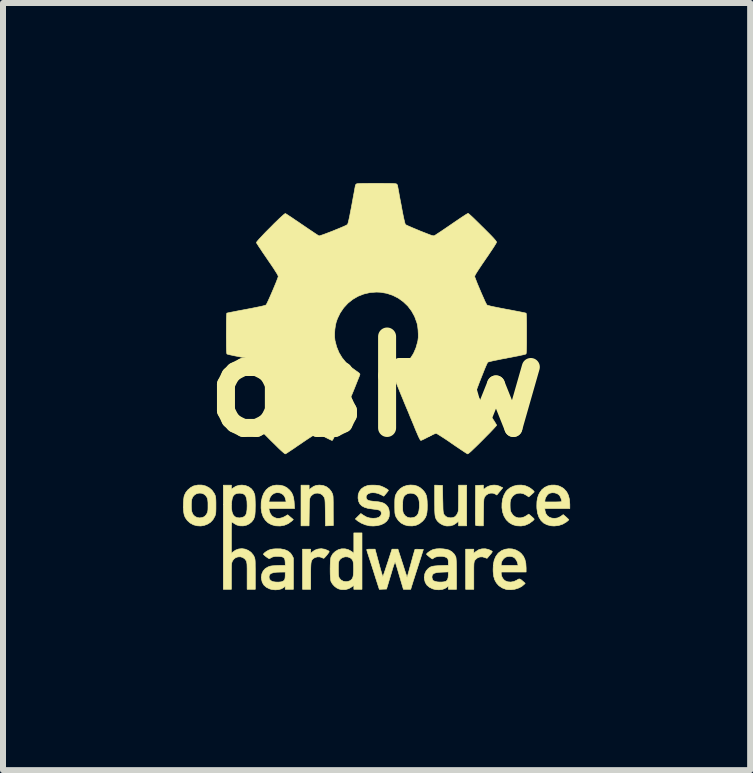
<source format=kicad_pcb>
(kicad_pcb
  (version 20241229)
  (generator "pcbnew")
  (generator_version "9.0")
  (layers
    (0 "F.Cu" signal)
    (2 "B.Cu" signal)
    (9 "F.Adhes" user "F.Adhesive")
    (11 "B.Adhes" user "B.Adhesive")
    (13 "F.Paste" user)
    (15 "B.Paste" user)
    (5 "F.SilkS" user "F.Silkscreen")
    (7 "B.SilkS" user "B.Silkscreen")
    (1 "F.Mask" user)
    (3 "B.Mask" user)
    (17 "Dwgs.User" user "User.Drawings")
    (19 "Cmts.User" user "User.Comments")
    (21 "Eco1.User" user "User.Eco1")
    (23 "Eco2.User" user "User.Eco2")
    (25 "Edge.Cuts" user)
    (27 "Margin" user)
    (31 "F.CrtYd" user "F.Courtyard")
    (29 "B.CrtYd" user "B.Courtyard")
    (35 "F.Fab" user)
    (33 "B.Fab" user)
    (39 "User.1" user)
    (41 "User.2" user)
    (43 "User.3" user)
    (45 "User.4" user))
  (footprint "oshw"
    (layer "F.Cu")
    (at 3.219 3.392)
    (property "Reference" "oshw" (at 0 0 0) (layer "F.SilkS") (effects (font (size 1.524 1.524) (thickness 0.3))))
    (attr through_hole)
    (fp_poly (pts (xy -0.858 2.71) (xy -0.804 2.732) (xy -0.788 2.742) (xy -0.784 2.748) (xy -0.787 2.76) (xy -0.8 2.778) (xy -0.821 2.806) (xy -0.843 2.831) (xy -0.861 2.851) (xy -0.873 2.861) (xy -0.876 2.861) (xy -0.889 2.857) (xy -0.906 2.849) (xy -0.939 2.838) (xy -0.979 2.837) (xy -1.016 2.847) (xy -1.034 2.856) (xy -1.05 2.867) (xy -1.063 2.879) (xy -1.073 2.894) (xy -1.081 2.913) (xy -1.086 2.939) (xy -1.089 2.973) (xy -1.091 3.018) (xy -1.092 3.076) (xy -1.092 3.148) (xy -1.092 3.156) (xy -1.092 3.378) (xy -1.228 3.378) (xy -1.228 2.709) (xy -1.092 2.709) (xy -1.092 2.78) (xy -1.069 2.758) (xy -1.024 2.726) (xy -0.971 2.707) (xy -0.915 2.701) (xy -0.858 2.71)) (stroke (width 0.01) (type solid)) (fill yes) (layer "F.SilkS"))
    (fp_poly (pts (xy 1.874 2.715) (xy 1.928 2.741) (xy 1.93 2.742) (xy 1.934 2.749) (xy 1.93 2.76) (xy 1.917 2.779) (xy 1.896 2.804) (xy 1.875 2.829) (xy 1.858 2.849) (xy 1.849 2.86) (xy 1.848 2.861) (xy 1.84 2.86) (xy 1.822 2.853) (xy 1.816 2.851) (xy 1.771 2.837) (xy 1.726 2.839) (xy 1.686 2.855) (xy 1.652 2.884) (xy 1.642 2.898) (xy 1.637 2.907) (xy 1.633 2.918) (xy 1.631 2.932) (xy 1.628 2.952) (xy 1.627 2.979) (xy 1.626 3.017) (xy 1.626 3.067) (xy 1.626 3.131) (xy 1.626 3.152) (xy 1.626 3.378) (xy 1.49 3.378) (xy 1.49 2.709) (xy 1.626 2.709) (xy 1.626 2.778) (xy 1.66 2.749) (xy 1.707 2.719) (xy 1.76 2.704) (xy 1.817 2.702) (xy 1.874 2.715)) (stroke (width 0.01) (type solid)) (fill yes) (layer "F.SilkS"))
    (fp_poly (pts (xy 2.01 1.645) (xy 2.051 1.658) (xy 2.062 1.664) (xy 2.109 1.686) (xy 2.084 1.717) (xy 2.062 1.744) (xy 2.038 1.772) (xy 2.034 1.778) (xy 2.009 1.807) (xy 1.985 1.791) (xy 1.948 1.776) (xy 1.907 1.775) (xy 1.867 1.786) (xy 1.832 1.809) (xy 1.808 1.838) (xy 1.803 1.847) (xy 1.799 1.859) (xy 1.795 1.874) (xy 1.793 1.894) (xy 1.791 1.923) (xy 1.79 1.961) (xy 1.789 2.012) (xy 1.788 2.077) (xy 1.788 2.093) (xy 1.785 2.32) (xy 1.722 2.32) (xy 1.684 2.318) (xy 1.661 2.314) (xy 1.655 2.309) (xy 1.654 2.299) (xy 1.653 2.273) (xy 1.653 2.234) (xy 1.653 2.184) (xy 1.652 2.125) (xy 1.653 2.059) (xy 1.653 1.986) (xy 1.653 1.973) (xy 1.655 1.647) (xy 1.786 1.642) (xy 1.786 1.676) (xy 1.788 1.701) (xy 1.795 1.709) (xy 1.807 1.702) (xy 1.815 1.694) (xy 1.842 1.674) (xy 1.879 1.657) (xy 1.922 1.645) (xy 1.965 1.641) (xy 1.966 1.641) (xy 2.01 1.645)) (stroke (width 0.01) (type solid)) (fill yes) (layer "F.SilkS"))
    (fp_poly (pts (xy 1.105 1.647) (xy 1.109 1.875) (xy 1.111 1.945) (xy 1.112 1.999) (xy 1.113 2.041) (xy 1.115 2.072) (xy 1.118 2.094) (xy 1.121 2.11) (xy 1.125 2.122) (xy 1.129 2.13) (xy 1.158 2.163) (xy 1.196 2.182) (xy 1.243 2.187) (xy 1.284 2.182) (xy 1.316 2.166) (xy 1.341 2.136) (xy 1.353 2.116) (xy 1.358 2.104) (xy 1.363 2.092) (xy 1.366 2.078) (xy 1.369 2.059) (xy 1.37 2.033) (xy 1.371 1.997) (xy 1.371 1.951) (xy 1.372 1.89) (xy 1.372 1.861) (xy 1.372 1.643) (xy 1.507 1.643) (xy 1.507 2.32) (xy 1.372 2.32) (xy 1.372 2.242) (xy 1.339 2.271) (xy 1.292 2.303) (xy 1.238 2.32) (xy 1.179 2.323) (xy 1.153 2.319) (xy 1.106 2.304) (xy 1.061 2.278) (xy 1.025 2.246) (xy 1.02 2.239) (xy 1.007 2.222) (xy 0.998 2.206) (xy 0.99 2.188) (xy 0.984 2.167) (xy 0.98 2.14) (xy 0.977 2.105) (xy 0.975 2.06) (xy 0.975 2.003) (xy 0.974 1.933) (xy 0.974 1.894) (xy 0.974 1.642) (xy 1.105 1.647)) (stroke (width 0.01) (type solid)) (fill yes) (layer "F.SilkS"))
    (fp_poly (pts (xy -0.883 1.648) (xy -0.828 1.67) (xy -0.781 1.706) (xy -0.745 1.753) (xy -0.736 1.772) (xy -0.73 1.785) (xy -0.725 1.798) (xy -0.722 1.812) (xy -0.719 1.83) (xy -0.718 1.854) (xy -0.717 1.886) (xy -0.716 1.929) (xy -0.716 1.983) (xy -0.716 2.052) (xy -0.716 2.066) (xy -0.715 2.316) (xy -0.78 2.318) (xy -0.845 2.321) (xy -0.848 2.098) (xy -0.849 2.03) (xy -0.85 1.977) (xy -0.851 1.936) (xy -0.853 1.906) (xy -0.855 1.884) (xy -0.858 1.868) (xy -0.862 1.855) (xy -0.868 1.843) (xy -0.869 1.841) (xy -0.895 1.807) (xy -0.93 1.785) (xy -0.97 1.775) (xy -1.011 1.777) (xy -1.049 1.792) (xy -1.082 1.818) (xy -1.096 1.838) (xy -1.101 1.847) (xy -1.105 1.859) (xy -1.109 1.874) (xy -1.111 1.894) (xy -1.113 1.923) (xy -1.114 1.961) (xy -1.115 2.011) (xy -1.116 2.076) (xy -1.116 2.093) (xy -1.119 2.32) (xy -1.253 2.32) (xy -1.253 1.643) (xy -1.118 1.643) (xy -1.118 1.72) (xy -1.086 1.693) (xy -1.045 1.664) (xy -1.001 1.647) (xy -0.949 1.641) (xy -0.944 1.641) (xy -0.883 1.648)) (stroke (width 0.01) (type solid)) (fill yes) (layer "F.SilkS"))
    (fp_poly (pts (xy -1.598 1.644) (xy -1.595 1.644) (xy -1.537 1.659) (xy -1.487 1.686) (xy -1.443 1.725) (xy -1.413 1.762) (xy -1.392 1.803) (xy -1.377 1.853) (xy -1.368 1.914) (xy -1.366 1.944) (xy -1.361 2.032) (xy -1.788 2.032) (xy -1.783 2.064) (xy -1.766 2.114) (xy -1.739 2.153) (xy -1.702 2.18) (xy -1.658 2.195) (xy -1.609 2.195) (xy -1.557 2.182) (xy -1.516 2.161) (xy -1.475 2.136) (xy -1.428 2.176) (xy -1.381 2.216) (xy -1.408 2.241) (xy -1.465 2.283) (xy -1.529 2.31) (xy -1.6 2.323) (xy -1.673 2.32) (xy -1.681 2.319) (xy -1.747 2.3) (xy -1.803 2.269) (xy -1.849 2.224) (xy -1.884 2.169) (xy -1.907 2.102) (xy -1.918 2.026) (xy -1.917 1.941) (xy -1.915 1.922) (xy -1.788 1.922) (xy -1.501 1.922) (xy -1.507 1.89) (xy -1.522 1.84) (xy -1.548 1.803) (xy -1.584 1.779) (xy -1.613 1.77) (xy -1.66 1.767) (xy -1.702 1.779) (xy -1.739 1.805) (xy -1.766 1.842) (xy -1.782 1.89) (xy -1.783 1.89) (xy -1.788 1.922) (xy -1.915 1.922) (xy -1.914 1.914) (xy -1.898 1.838) (xy -1.871 1.773) (xy -1.833 1.719) (xy -1.786 1.679) (xy -1.731 1.653) (xy -1.668 1.641) (xy -1.598 1.644)) (stroke (width 0.01) (type solid)) (fill yes) (layer "F.SilkS"))
    (fp_poly (pts (xy 2.484 1.652) (xy 2.543 1.677) (xy 2.561 1.688) (xy 2.585 1.705) (xy 2.608 1.724) (xy 2.625 1.741) (xy 2.633 1.753) (xy 2.633 1.754) (xy 2.627 1.762) (xy 2.611 1.777) (xy 2.589 1.797) (xy 2.587 1.799) (xy 2.542 1.838) (xy 2.504 1.812) (xy 2.456 1.786) (xy 2.406 1.775) (xy 2.358 1.778) (xy 2.314 1.794) (xy 2.277 1.824) (xy 2.253 1.858) (xy 2.242 1.881) (xy 2.236 1.903) (xy 2.232 1.929) (xy 2.231 1.965) (xy 2.231 1.981) (xy 2.232 2.022) (xy 2.234 2.051) (xy 2.239 2.074) (xy 2.248 2.095) (xy 2.253 2.104) (xy 2.282 2.145) (xy 2.321 2.173) (xy 2.365 2.187) (xy 2.414 2.187) (xy 2.464 2.173) (xy 2.5 2.153) (xy 2.542 2.125) (xy 2.588 2.164) (xy 2.61 2.184) (xy 2.626 2.2) (xy 2.633 2.209) (xy 2.633 2.209) (xy 2.627 2.218) (xy 2.613 2.233) (xy 2.61 2.236) (xy 2.55 2.281) (xy 2.484 2.31) (xy 2.414 2.323) (xy 2.341 2.319) (xy 2.339 2.319) (xy 2.273 2.3) (xy 2.215 2.266) (xy 2.167 2.219) (xy 2.131 2.16) (xy 2.129 2.157) (xy 2.106 2.09) (xy 2.095 2.019) (xy 2.096 1.946) (xy 2.106 1.876) (xy 2.128 1.81) (xy 2.159 1.753) (xy 2.183 1.724) (xy 2.232 1.685) (xy 2.29 1.658) (xy 2.354 1.643) (xy 2.419 1.641) (xy 2.484 1.652)) (stroke (width 0.01) (type solid)) (fill yes) (layer "F.SilkS"))
    (fp_poly (pts (xy 2.266 2.705) (xy 2.326 2.722) (xy 2.381 2.752) (xy 2.417 2.782) (xy 2.453 2.827) (xy 2.478 2.881) (xy 2.493 2.946) (xy 2.498 3.024) (xy 2.498 3.027) (xy 2.498 3.09) (xy 2.083 3.09) (xy 2.083 3.121) (xy 2.09 3.158) (xy 2.108 3.195) (xy 2.134 3.225) (xy 2.147 3.235) (xy 2.192 3.253) (xy 2.243 3.257) (xy 2.294 3.248) (xy 2.344 3.225) (xy 2.35 3.221) (xy 2.369 3.209) (xy 2.384 3.205) (xy 2.399 3.209) (xy 2.419 3.222) (xy 2.447 3.246) (xy 2.451 3.25) (xy 2.483 3.278) (xy 2.463 3.298) (xy 2.422 3.332) (xy 2.369 3.358) (xy 2.309 3.377) (xy 2.247 3.385) (xy 2.188 3.383) (xy 2.163 3.379) (xy 2.1 3.355) (xy 2.045 3.318) (xy 2.041 3.314) (xy 2.003 3.271) (xy 1.975 3.22) (xy 1.957 3.16) (xy 1.949 3.087) (xy 1.948 3.044) (xy 1.952 2.963) (xy 1.953 2.958) (xy 2.083 2.958) (xy 2.083 2.98) (xy 2.364 2.98) (xy 2.359 2.953) (xy 2.346 2.912) (xy 2.324 2.875) (xy 2.301 2.85) (xy 2.267 2.835) (xy 2.227 2.829) (xy 2.185 2.833) (xy 2.151 2.845) (xy 2.121 2.871) (xy 2.097 2.905) (xy 2.084 2.942) (xy 2.083 2.958) (xy 1.953 2.958) (xy 1.966 2.894) (xy 1.99 2.836) (xy 2.024 2.787) (xy 2.041 2.769) (xy 2.09 2.733) (xy 2.145 2.711) (xy 2.205 2.702) (xy 2.266 2.705)) (stroke (width 0.01) (type solid)) (fill yes) (layer "F.SilkS"))
    (fp_poly (pts (xy 3.039 1.654) (xy 3.097 1.681) (xy 3.132 1.707) (xy 3.173 1.753) (xy 3.202 1.81) (xy 3.22 1.88) (xy 3.226 1.962) (xy 3.226 2.032) (xy 2.809 2.032) (xy 2.813 2.071) (xy 2.826 2.115) (xy 2.85 2.151) (xy 2.885 2.177) (xy 2.927 2.192) (xy 2.973 2.196) (xy 3.021 2.189) (xy 3.067 2.168) (xy 3.082 2.158) (xy 3.116 2.133) (xy 3.163 2.173) (xy 3.185 2.193) (xy 3.202 2.21) (xy 3.209 2.218) (xy 3.209 2.219) (xy 3.203 2.227) (xy 3.187 2.241) (xy 3.17 2.255) (xy 3.108 2.292) (xy 3.039 2.315) (xy 2.965 2.323) (xy 2.911 2.319) (xy 2.845 2.302) (xy 2.789 2.273) (xy 2.745 2.23) (xy 2.711 2.175) (xy 2.688 2.107) (xy 2.677 2.028) (xy 2.676 1.985) (xy 2.678 1.918) (xy 2.681 1.898) (xy 2.811 1.898) (xy 2.811 1.922) (xy 2.951 1.922) (xy 3.002 1.922) (xy 3.039 1.921) (xy 3.064 1.92) (xy 3.079 1.918) (xy 3.087 1.915) (xy 3.09 1.91) (xy 3.09 1.905) (xy 3.086 1.881) (xy 3.074 1.851) (xy 3.06 1.822) (xy 3.05 1.809) (xy 3.018 1.785) (xy 2.977 1.771) (xy 2.933 1.768) (xy 2.891 1.777) (xy 2.876 1.784) (xy 2.853 1.805) (xy 2.832 1.835) (xy 2.816 1.869) (xy 2.811 1.898) (xy 2.681 1.898) (xy 2.687 1.861) (xy 2.703 1.81) (xy 2.723 1.77) (xy 2.759 1.719) (xy 2.805 1.681) (xy 2.859 1.655) (xy 2.917 1.642) (xy 2.978 1.641) (xy 3.039 1.654)) (stroke (width 0.01) (type solid)) (fill yes) (layer "F.SilkS"))
    (fp_poly (pts (xy -0.237 3.378) (xy -0.373 3.378) (xy -0.373 3.31) (xy -0.405 3.336) (xy -0.457 3.367) (xy -0.514 3.383) (xy -0.576 3.383) (xy -0.621 3.373) (xy -0.66 3.354) (xy -0.698 3.324) (xy -0.73 3.288) (xy -0.752 3.25) (xy -0.755 3.242) (xy -0.76 3.217) (xy -0.763 3.179) (xy -0.766 3.132) (xy -0.767 3.08) (xy -0.767 3.044) (xy -0.631 3.044) (xy -0.63 3.092) (xy -0.629 3.128) (xy -0.627 3.152) (xy -0.623 3.17) (xy -0.617 3.185) (xy -0.614 3.192) (xy -0.586 3.223) (xy -0.548 3.244) (xy -0.504 3.251) (xy -0.504 3.251) (xy -0.473 3.247) (xy -0.443 3.238) (xy -0.441 3.236) (xy -0.417 3.221) (xy -0.4 3.201) (xy -0.388 3.174) (xy -0.381 3.138) (xy -0.378 3.088) (xy -0.377 3.04) (xy -0.378 2.983) (xy -0.381 2.94) (xy -0.387 2.909) (xy -0.398 2.886) (xy -0.414 2.868) (xy -0.434 2.853) (xy -0.474 2.838) (xy -0.516 2.836) (xy -0.557 2.847) (xy -0.592 2.868) (xy -0.616 2.897) (xy -0.622 2.912) (xy -0.626 2.93) (xy -0.629 2.955) (xy -0.63 2.99) (xy -0.631 3.039) (xy -0.631 3.044) (xy -0.767 3.044) (xy -0.767 3.025) (xy -0.766 2.972) (xy -0.764 2.922) (xy -0.761 2.88) (xy -0.756 2.85) (xy -0.752 2.836) (xy -0.721 2.784) (xy -0.679 2.745) (xy -0.63 2.717) (xy -0.576 2.703) (xy -0.52 2.703) (xy -0.465 2.717) (xy -0.413 2.746) (xy -0.4 2.755) (xy -0.373 2.779) (xy -0.373 2.438) (xy -0.237 2.438) (xy -0.237 3.378)) (stroke (width 0.01) (type solid)) (fill yes) (layer "F.SilkS"))
    (fp_poly (pts (xy -2.904 1.641) (xy -2.842 1.656) (xy -2.785 1.685) (xy -2.737 1.726) (xy -2.699 1.78) (xy -2.688 1.803) (xy -2.681 1.82) (xy -2.677 1.838) (xy -2.674 1.862) (xy -2.672 1.894) (xy -2.671 1.937) (xy -2.671 1.981) (xy -2.671 2.036) (xy -2.672 2.076) (xy -2.674 2.106) (xy -2.678 2.128) (xy -2.683 2.146) (xy -2.688 2.159) (xy -2.721 2.218) (xy -2.764 2.263) (xy -2.813 2.293) (xy -2.869 2.314) (xy -2.924 2.323) (xy -2.986 2.319) (xy -3.046 2.303) (xy -3.101 2.273) (xy -3.147 2.232) (xy -3.182 2.182) (xy -3.198 2.143) (xy -3.206 2.105) (xy -3.212 2.054) (xy -3.214 1.998) (xy -3.213 1.958) (xy -3.081 1.958) (xy -3.081 2.008) (xy -3.078 2.054) (xy -3.072 2.088) (xy -3.054 2.13) (xy -3.024 2.161) (xy -2.986 2.181) (xy -2.943 2.188) (xy -2.898 2.182) (xy -2.866 2.168) (xy -2.847 2.152) (xy -2.828 2.128) (xy -2.822 2.117) (xy -2.813 2.098) (xy -2.807 2.078) (xy -2.804 2.054) (xy -2.803 2.021) (xy -2.803 1.982) (xy -2.803 1.934) (xy -2.806 1.9) (xy -2.81 1.874) (xy -2.817 1.853) (xy -2.819 1.849) (xy -2.843 1.813) (xy -2.876 1.789) (xy -2.914 1.776) (xy -2.954 1.775) (xy -2.994 1.785) (xy -3.028 1.806) (xy -3.056 1.837) (xy -3.073 1.876) (xy -3.078 1.912) (xy -3.081 1.958) (xy -3.213 1.958) (xy -3.213 1.939) (xy -3.209 1.884) (xy -3.203 1.838) (xy -3.198 1.817) (xy -3.175 1.768) (xy -3.14 1.723) (xy -3.096 1.685) (xy -3.048 1.658) (xy -3.04 1.655) (xy -2.971 1.64) (xy -2.904 1.641)) (stroke (width 0.01) (type solid)) (fill yes) (layer "F.SilkS"))
    (fp_poly (pts (xy 0.634 1.644) (xy 0.686 1.659) (xy 0.733 1.685) (xy 0.771 1.718) (xy 0.799 1.749) (xy 0.82 1.781) (xy 0.835 1.815) (xy 0.844 1.857) (xy 0.849 1.908) (xy 0.851 1.972) (xy 0.851 1.981) (xy 0.85 2.047) (xy 0.845 2.1) (xy 0.836 2.142) (xy 0.822 2.177) (xy 0.802 2.209) (xy 0.775 2.24) (xy 0.771 2.244) (xy 0.72 2.285) (xy 0.663 2.311) (xy 0.599 2.322) (xy 0.528 2.319) (xy 0.469 2.303) (xy 0.414 2.273) (xy 0.368 2.23) (xy 0.333 2.177) (xy 0.325 2.159) (xy 0.319 2.141) (xy 0.314 2.121) (xy 0.311 2.095) (xy 0.31 2.06) (xy 0.309 2.012) (xy 0.309 1.981) (xy 0.44 1.981) (xy 0.441 2.029) (xy 0.442 2.063) (xy 0.446 2.087) (xy 0.451 2.105) (xy 0.456 2.117) (xy 0.485 2.154) (xy 0.522 2.178) (xy 0.567 2.188) (xy 0.617 2.183) (xy 0.641 2.175) (xy 0.672 2.155) (xy 0.696 2.123) (xy 0.711 2.076) (xy 0.719 2.015) (xy 0.72 1.98) (xy 0.718 1.925) (xy 0.711 1.882) (xy 0.699 1.849) (xy 0.68 1.821) (xy 0.677 1.816) (xy 0.644 1.791) (xy 0.603 1.778) (xy 0.56 1.776) (xy 0.517 1.787) (xy 0.493 1.801) (xy 0.472 1.819) (xy 0.458 1.841) (xy 0.448 1.869) (xy 0.443 1.906) (xy 0.44 1.955) (xy 0.44 1.981) (xy 0.309 1.981) (xy 0.309 1.926) (xy 0.31 1.885) (xy 0.313 1.854) (xy 0.316 1.831) (xy 0.321 1.813) (xy 0.325 1.803) (xy 0.357 1.746) (xy 0.401 1.7) (xy 0.454 1.666) (xy 0.516 1.646) (xy 0.571 1.64) (xy 0.634 1.644)) (stroke (width 0.01) (type solid)) (fill yes) (layer "F.SilkS"))
    (fp_poly (pts (xy -1.592 2.704) (xy -1.525 2.717) (xy -1.47 2.741) (xy -1.427 2.776) (xy -1.401 2.815) (xy -1.38 2.857) (xy -1.38 3.378) (xy -1.516 3.378) (xy -1.516 3.326) (xy -1.541 3.347) (xy -1.579 3.37) (xy -1.627 3.383) (xy -1.682 3.387) (xy -1.738 3.381) (xy -1.776 3.371) (xy -1.83 3.344) (xy -1.871 3.308) (xy -1.899 3.261) (xy -1.912 3.205) (xy -1.913 3.179) (xy -1.913 3.175) (xy -1.786 3.175) (xy -1.779 3.208) (xy -1.757 3.233) (xy -1.723 3.25) (xy -1.717 3.251) (xy -1.675 3.257) (xy -1.629 3.258) (xy -1.587 3.254) (xy -1.573 3.251) (xy -1.546 3.239) (xy -1.528 3.221) (xy -1.519 3.193) (xy -1.516 3.152) (xy -1.516 3.148) (xy -1.516 3.09) (xy -1.594 3.091) (xy -1.659 3.093) (xy -1.71 3.1) (xy -1.747 3.111) (xy -1.771 3.128) (xy -1.783 3.151) (xy -1.786 3.175) (xy -1.913 3.175) (xy -1.906 3.122) (xy -1.884 3.073) (xy -1.849 3.033) (xy -1.802 3.005) (xy -1.764 2.992) (xy -1.735 2.987) (xy -1.695 2.984) (xy -1.649 2.981) (xy -1.615 2.98) (xy -1.515 2.98) (xy -1.517 2.924) (xy -1.521 2.887) (xy -1.531 2.861) (xy -1.55 2.844) (xy -1.58 2.834) (xy -1.623 2.83) (xy -1.633 2.829) (xy -1.684 2.83) (xy -1.724 2.838) (xy -1.759 2.855) (xy -1.77 2.863) (xy -1.78 2.866) (xy -1.793 2.863) (xy -1.813 2.85) (xy -1.832 2.837) (xy -1.855 2.818) (xy -1.872 2.803) (xy -1.88 2.795) (xy -1.88 2.795) (xy -1.873 2.782) (xy -1.855 2.765) (xy -1.83 2.747) (xy -1.802 2.731) (xy -1.791 2.725) (xy -1.756 2.713) (xy -1.714 2.706) (xy -1.672 2.703) (xy -1.592 2.704)) (stroke (width 0.01) (type solid)) (fill yes) (layer "F.SilkS"))
    (fp_poly (pts (xy -0.017 1.643) (xy 0.03 1.647) (xy 0.066 1.654) (xy 0.093 1.664) (xy 0.124 1.677) (xy 0.154 1.693) (xy 0.18 1.708) (xy 0.198 1.722) (xy 0.203 1.73) (xy 0.198 1.739) (xy 0.184 1.757) (xy 0.165 1.781) (xy 0.164 1.782) (xy 0.126 1.826) (xy 0.082 1.803) (xy 0.035 1.782) (xy -0.012 1.771) (xy -0.058 1.767) (xy -0.098 1.772) (xy -0.132 1.784) (xy -0.155 1.803) (xy -0.167 1.829) (xy -0.168 1.845) (xy -0.163 1.867) (xy -0.152 1.883) (xy -0.133 1.895) (xy -0.103 1.904) (xy -0.059 1.91) (xy -0.022 1.914) (xy 0.039 1.92) (xy 0.086 1.929) (xy 0.122 1.942) (xy 0.152 1.96) (xy 0.174 1.98) (xy 0.198 2.012) (xy 0.212 2.049) (xy 0.219 2.095) (xy 0.219 2.115) (xy 0.216 2.164) (xy 0.202 2.204) (xy 0.175 2.242) (xy 0.17 2.247) (xy 0.131 2.278) (xy 0.079 2.302) (xy 0.019 2.317) (xy -0.046 2.323) (xy -0.11 2.32) (xy -0.182 2.303) (xy -0.251 2.274) (xy -0.311 2.237) (xy -0.32 2.229) (xy -0.348 2.206) (xy -0.302 2.16) (xy -0.256 2.115) (xy -0.212 2.145) (xy -0.161 2.174) (xy -0.107 2.19) (xy -0.051 2.195) (xy 0.003 2.191) (xy 0.044 2.178) (xy 0.071 2.156) (xy 0.084 2.126) (xy 0.085 2.113) (xy 0.082 2.091) (xy 0.075 2.075) (xy 0.06 2.063) (xy 0.035 2.054) (xy -0.002 2.047) (xy -0.054 2.041) (xy -0.06 2.04) (xy -0.134 2.03) (xy -0.194 2.012) (xy -0.239 1.988) (xy -0.272 1.955) (xy -0.292 1.914) (xy -0.302 1.863) (xy -0.303 1.86) (xy -0.3 1.802) (xy -0.282 1.75) (xy -0.25 1.706) (xy -0.205 1.673) (xy -0.148 1.65) (xy -0.113 1.644) (xy -0.067 1.642) (xy -0.017 1.643)) (stroke (width 0.01) (type solid)) (fill yes) (layer "F.SilkS"))
    (fp_poly (pts (xy 0.043 2.938) (xy 0.059 2.997) (xy 0.074 3.051) (xy 0.087 3.096) (xy 0.098 3.132) (xy 0.105 3.156) (xy 0.109 3.166) (xy 0.11 3.167) (xy 0.113 3.159) (xy 0.122 3.137) (xy 0.134 3.103) (xy 0.149 3.059) (xy 0.166 3.007) (xy 0.185 2.949) (xy 0.189 2.938) (xy 0.263 2.709) (xy 0.362 2.709) (xy 0.427 2.91) (xy 0.446 2.968) (xy 0.463 3.022) (xy 0.478 3.069) (xy 0.491 3.108) (xy 0.5 3.135) (xy 0.503 3.145) (xy 0.514 3.179) (xy 0.528 3.133) (xy 0.534 3.111) (xy 0.544 3.076) (xy 0.556 3.03) (xy 0.571 2.978) (xy 0.586 2.922) (xy 0.592 2.901) (xy 0.606 2.848) (xy 0.62 2.8) (xy 0.631 2.761) (xy 0.64 2.731) (xy 0.645 2.715) (xy 0.646 2.712) (xy 0.656 2.711) (xy 0.678 2.71) (xy 0.709 2.711) (xy 0.718 2.711) (xy 0.786 2.714) (xy 0.694 3.001) (xy 0.672 3.07) (xy 0.651 3.135) (xy 0.632 3.195) (xy 0.615 3.247) (xy 0.602 3.29) (xy 0.592 3.32) (xy 0.588 3.334) (xy 0.575 3.378) (xy 0.453 3.378) (xy 0.39 3.164) (xy 0.373 3.106) (xy 0.357 3.052) (xy 0.343 3.005) (xy 0.331 2.967) (xy 0.323 2.941) (xy 0.319 2.929) (xy 0.316 2.925) (xy 0.312 2.928) (xy 0.307 2.939) (xy 0.299 2.959) (xy 0.288 2.99) (xy 0.274 3.033) (xy 0.257 3.091) (xy 0.242 3.141) (xy 0.172 3.374) (xy 0.112 3.376) (xy 0.052 3.379) (xy -0.009 3.19) (xy -0.044 3.079) (xy -0.075 2.982) (xy -0.101 2.9) (xy -0.123 2.834) (xy -0.139 2.784) (xy -0.15 2.749) (xy -0.156 2.73) (xy -0.156 2.728) (xy -0.158 2.719) (xy -0.156 2.713) (xy -0.145 2.711) (xy -0.124 2.709) (xy -0.091 2.709) (xy -0.019 2.709) (xy 0.043 2.938)) (stroke (width 0.01) (type solid)) (fill yes) (layer "F.SilkS"))
    (fp_poly (pts (xy 1.115 2.704) (xy 1.169 2.712) (xy 1.213 2.724) (xy 1.217 2.726) (xy 1.262 2.753) (xy 1.299 2.79) (xy 1.324 2.832) (xy 1.328 2.844) (xy 1.331 2.865) (xy 1.334 2.903) (xy 1.336 2.957) (xy 1.337 3.027) (xy 1.338 3.114) (xy 1.338 3.127) (xy 1.338 3.378) (xy 1.202 3.378) (xy 1.202 3.321) (xy 1.177 3.344) (xy 1.142 3.366) (xy 1.097 3.381) (xy 1.045 3.386) (xy 0.99 3.383) (xy 0.943 3.371) (xy 0.887 3.344) (xy 0.845 3.308) (xy 0.817 3.263) (xy 0.803 3.208) (xy 0.801 3.18) (xy 0.802 3.175) (xy 0.928 3.175) (xy 0.934 3.201) (xy 0.935 3.205) (xy 0.944 3.224) (xy 0.949 3.234) (xy 0.95 3.234) (xy 0.959 3.237) (xy 0.978 3.244) (xy 0.986 3.247) (xy 1.015 3.254) (xy 1.052 3.257) (xy 1.092 3.257) (xy 1.129 3.253) (xy 1.157 3.246) (xy 1.166 3.242) (xy 1.186 3.221) (xy 1.198 3.185) (xy 1.202 3.136) (xy 1.202 3.134) (xy 1.202 3.088) (xy 1.099 3.092) (xy 1.042 3.095) (xy 1 3.101) (xy 0.97 3.11) (xy 0.95 3.122) (xy 0.937 3.139) (xy 0.932 3.15) (xy 0.928 3.175) (xy 0.802 3.175) (xy 0.809 3.122) (xy 0.832 3.072) (xy 0.861 3.038) (xy 0.883 3.019) (xy 0.907 3.005) (xy 0.936 2.995) (xy 0.973 2.989) (xy 1.021 2.985) (xy 1.077 2.982) (xy 1.202 2.978) (xy 1.202 2.932) (xy 1.201 2.903) (xy 1.196 2.878) (xy 1.193 2.869) (xy 1.174 2.85) (xy 1.143 2.837) (xy 1.105 2.829) (xy 1.063 2.828) (xy 1.021 2.832) (xy 0.985 2.842) (xy 0.956 2.857) (xy 0.949 2.865) (xy 0.942 2.871) (xy 0.933 2.87) (xy 0.919 2.862) (xy 0.896 2.845) (xy 0.888 2.839) (xy 0.864 2.819) (xy 0.846 2.803) (xy 0.838 2.794) (xy 0.838 2.793) (xy 0.845 2.781) (xy 0.864 2.764) (xy 0.889 2.746) (xy 0.918 2.729) (xy 0.946 2.716) (xy 0.956 2.713) (xy 1.002 2.704) (xy 1.057 2.701) (xy 1.115 2.704)) (stroke (width 0.01) (type solid)) (fill yes) (layer "F.SilkS"))
    (fp_poly (pts (xy -2.178 1.649) (xy -2.125 1.67) (xy -2.08 1.703) (xy -2.046 1.747) (xy -2.026 1.798) (xy -2.024 1.803) (xy -2.02 1.832) (xy -2.018 1.873) (xy -2.016 1.922) (xy -2.015 1.976) (xy -2.016 2.031) (xy -2.017 2.082) (xy -2.02 2.124) (xy -2.024 2.155) (xy -2.024 2.159) (xy -2.043 2.211) (xy -2.075 2.254) (xy -2.116 2.287) (xy -2.164 2.31) (xy -2.217 2.321) (xy -2.271 2.32) (xy -2.324 2.306) (xy -2.366 2.282) (xy -2.386 2.268) (xy -2.401 2.258) (xy -2.402 2.257) (xy -2.405 2.259) (xy -2.408 2.268) (xy -2.41 2.287) (xy -2.411 2.316) (xy -2.412 2.357) (xy -2.413 2.412) (xy -2.413 2.482) (xy -2.413 2.516) (xy -2.413 2.78) (xy -2.39 2.758) (xy -2.344 2.725) (xy -2.292 2.706) (xy -2.238 2.7) (xy -2.184 2.708) (xy -2.133 2.729) (xy -2.087 2.761) (xy -2.05 2.805) (xy -2.035 2.832) (xy -2.03 2.845) (xy -2.025 2.857) (xy -2.022 2.871) (xy -2.019 2.888) (xy -2.017 2.912) (xy -2.016 2.943) (xy -2.016 2.985) (xy -2.015 3.038) (xy -2.015 3.106) (xy -2.015 3.126) (xy -2.015 3.378) (xy -2.151 3.378) (xy -2.151 3.156) (xy -2.151 3.087) (xy -2.151 3.033) (xy -2.152 2.992) (xy -2.153 2.962) (xy -2.156 2.939) (xy -2.159 2.923) (xy -2.162 2.911) (xy -2.165 2.904) (xy -2.191 2.87) (xy -2.225 2.847) (xy -2.264 2.836) (xy -2.305 2.838) (xy -2.343 2.851) (xy -2.375 2.877) (xy -2.394 2.904) (xy -2.4 2.916) (xy -2.404 2.928) (xy -2.408 2.943) (xy -2.41 2.962) (xy -2.412 2.988) (xy -2.412 3.024) (xy -2.413 3.07) (xy -2.413 3.131) (xy -2.413 3.16) (xy -2.413 3.378) (xy -2.548 3.378) (xy -2.548 1.961) (xy -2.412 1.961) (xy -2.411 2.033) (xy -2.402 2.091) (xy -2.385 2.134) (xy -2.359 2.165) (xy -2.325 2.183) (xy -2.318 2.184) (xy -2.274 2.188) (xy -2.228 2.179) (xy -2.207 2.17) (xy -2.186 2.154) (xy -2.17 2.131) (xy -2.159 2.098) (xy -2.153 2.052) (xy -2.151 1.992) (xy -2.151 1.981) (xy -2.153 1.915) (xy -2.16 1.864) (xy -2.174 1.826) (xy -2.194 1.8) (xy -2.222 1.784) (xy -2.26 1.777) (xy -2.285 1.776) (xy -2.326 1.781) (xy -2.359 1.797) (xy -2.383 1.824) (xy -2.399 1.863) (xy -2.408 1.917) (xy -2.412 1.961) (xy -2.548 1.961) (xy -2.548 1.643) (xy -2.413 1.643) (xy -2.413 1.711) (xy -2.385 1.69) (xy -2.337 1.66) (xy -2.284 1.645) (xy -2.237 1.641) (xy -2.178 1.649)) (stroke (width 0.01) (type solid)) (fill yes) (layer "F.SilkS"))
    (fp_poly (pts (xy 0.088 -3.387) (xy 0.157 -3.386) (xy 0.211 -3.386) (xy 0.254 -3.385) (xy 0.286 -3.384) (xy 0.309 -3.382) (xy 0.325 -3.38) (xy 0.335 -3.378) (xy 0.341 -3.374) (xy 0.342 -3.373) (xy 0.353 -3.36) (xy 0.356 -3.354) (xy 0.357 -3.344) (xy 0.361 -3.32) (xy 0.368 -3.283) (xy 0.377 -3.235) (xy 0.387 -3.177) (xy 0.399 -3.113) (xy 0.413 -3.042) (xy 0.415 -3.031) (xy 0.431 -2.944) (xy 0.445 -2.872) (xy 0.457 -2.814) (xy 0.467 -2.77) (xy 0.475 -2.737) (xy 0.481 -2.715) (xy 0.487 -2.703) (xy 0.489 -2.7) (xy 0.5 -2.693) (xy 0.525 -2.681) (xy 0.562 -2.665) (xy 0.608 -2.645) (xy 0.661 -2.623) (xy 0.718 -2.599) (xy 0.725 -2.596) (xy 0.793 -2.569) (xy 0.847 -2.548) (xy 0.888 -2.532) (xy 0.919 -2.521) (xy 0.941 -2.515) (xy 0.956 -2.513) (xy 0.965 -2.513) (xy 0.967 -2.514) (xy 0.978 -2.52) (xy 1.001 -2.535) (xy 1.036 -2.558) (xy 1.079 -2.586) (xy 1.129 -2.62) (xy 1.185 -2.658) (xy 1.245 -2.699) (xy 1.252 -2.704) (xy 1.312 -2.745) (xy 1.368 -2.783) (xy 1.418 -2.817) (xy 1.461 -2.845) (xy 1.495 -2.867) (xy 1.519 -2.881) (xy 1.531 -2.887) (xy 1.531 -2.887) (xy 1.54 -2.881) (xy 1.559 -2.865) (xy 1.588 -2.839) (xy 1.624 -2.805) (xy 1.666 -2.764) (xy 1.714 -2.717) (xy 1.765 -2.666) (xy 1.777 -2.655) (xy 1.837 -2.595) (xy 1.886 -2.546) (xy 1.925 -2.506) (xy 1.955 -2.474) (xy 1.976 -2.45) (xy 1.991 -2.432) (xy 2 -2.419) (xy 2.005 -2.409) (xy 2.005 -2.403) (xy 1.999 -2.392) (xy 1.985 -2.368) (xy 1.964 -2.334) (xy 1.936 -2.291) (xy 1.902 -2.241) (xy 1.865 -2.185) (xy 1.824 -2.126) (xy 1.821 -2.121) (xy 1.766 -2.041) (xy 1.722 -1.975) (xy 1.687 -1.922) (xy 1.662 -1.882) (xy 1.647 -1.854) (xy 1.641 -1.839) (xy 1.641 -1.837) (xy 1.644 -1.823) (xy 1.654 -1.797) (xy 1.668 -1.76) (xy 1.686 -1.714) (xy 1.707 -1.664) (xy 1.73 -1.61) (xy 1.753 -1.556) (xy 1.776 -1.504) (xy 1.797 -1.457) (xy 1.815 -1.416) (xy 1.831 -1.385) (xy 1.841 -1.366) (xy 1.844 -1.361) (xy 1.854 -1.356) (xy 1.875 -1.35) (xy 1.908 -1.341) (xy 1.954 -1.331) (xy 2.014 -1.319) (xy 2.089 -1.304) (xy 2.173 -1.288) (xy 2.244 -1.275) (xy 2.31 -1.262) (xy 2.369 -1.251) (xy 2.419 -1.241) (xy 2.458 -1.233) (xy 2.485 -1.227) (xy 2.497 -1.224) (xy 2.497 -1.224) (xy 2.5 -1.214) (xy 2.502 -1.189) (xy 2.504 -1.149) (xy 2.505 -1.092) (xy 2.506 -1.019) (xy 2.506 -0.93) (xy 2.506 -0.885) (xy 2.506 -0.799) (xy 2.506 -0.728) (xy 2.505 -0.672) (xy 2.504 -0.627) (xy 2.503 -0.594) (xy 2.501 -0.571) (xy 2.499 -0.555) (xy 2.497 -0.546) (xy 2.494 -0.543) (xy 2.483 -0.539) (xy 2.458 -0.532) (xy 2.42 -0.524) (xy 2.37 -0.513) (xy 2.312 -0.502) (xy 2.247 -0.489) (xy 2.177 -0.476) (xy 2.177 -0.475) (xy 2.093 -0.46) (xy 2.021 -0.445) (xy 1.96 -0.433) (xy 1.913 -0.422) (xy 1.88 -0.413) (xy 1.862 -0.408) (xy 1.859 -0.406) (xy 1.852 -0.394) (xy 1.84 -0.369) (xy 1.824 -0.333) (xy 1.805 -0.288) (xy 1.785 -0.237) (xy 1.763 -0.182) (xy 1.741 -0.126) (xy 1.719 -0.071) (xy 1.7 -0.02) (xy 1.683 0.025) (xy 1.67 0.062) (xy 1.662 0.088) (xy 1.659 0.1) (xy 1.663 0.112) (xy 1.674 0.134) (xy 1.693 0.166) (xy 1.721 0.209) (xy 1.757 0.264) (xy 1.802 0.331) (xy 1.833 0.376) (xy 1.873 0.435) (xy 1.91 0.489) (xy 1.942 0.538) (xy 1.969 0.579) (xy 1.989 0.612) (xy 2.002 0.634) (xy 2.007 0.643) (xy 2.001 0.652) (xy 1.984 0.671) (xy 1.958 0.7) (xy 1.924 0.736) (xy 1.883 0.779) (xy 1.836 0.826) (xy 1.785 0.878) (xy 1.771 0.892) (xy 1.71 0.953) (xy 1.659 1.003) (xy 1.618 1.042) (xy 1.586 1.073) (xy 1.561 1.095) (xy 1.543 1.11) (xy 1.53 1.118) (xy 1.522 1.121) (xy 1.519 1.121) (xy 1.509 1.114) (xy 1.486 1.1) (xy 1.453 1.078) (xy 1.411 1.05) (xy 1.362 1.017) (xy 1.307 0.98) (xy 1.259 0.947) (xy 1.202 0.907) (xy 1.148 0.871) (xy 1.1 0.84) (xy 1.059 0.814) (xy 1.027 0.794) (xy 1.006 0.782) (xy 0.998 0.779) (xy 0.984 0.783) (xy 0.959 0.793) (xy 0.925 0.809) (xy 0.886 0.829) (xy 0.868 0.838) (xy 0.828 0.859) (xy 0.792 0.877) (xy 0.764 0.89) (xy 0.746 0.897) (xy 0.743 0.897) (xy 0.735 0.89) (xy 0.722 0.867) (xy 0.703 0.829) (xy 0.68 0.775) (xy 0.664 0.739) (xy 0.647 0.698) (xy 0.625 0.643) (xy 0.598 0.578) (xy 0.567 0.505) (xy 0.535 0.425) (xy 0.5 0.343) (xy 0.465 0.259) (xy 0.439 0.195) (xy 0.407 0.118) (xy 0.378 0.046) (xy 0.351 -0.02) (xy 0.328 -0.078) (xy 0.308 -0.127) (xy 0.293 -0.166) (xy 0.283 -0.192) (xy 0.279 -0.205) (xy 0.279 -0.205) (xy 0.286 -0.218) (xy 0.303 -0.234) (xy 0.315 -0.242) (xy 0.414 -0.312) (xy 0.498 -0.386) (xy 0.566 -0.465) (xy 0.621 -0.551) (xy 0.662 -0.645) (xy 0.691 -0.748) (xy 0.695 -0.769) (xy 0.701 -0.818) (xy 0.701 -0.878) (xy 0.698 -0.941) (xy 0.691 -1.003) (xy 0.68 -1.058) (xy 0.677 -1.066) (xy 0.64 -1.168) (xy 0.589 -1.26) (xy 0.526 -1.343) (xy 0.451 -1.414) (xy 0.368 -1.474) (xy 0.275 -1.521) (xy 0.176 -1.554) (xy 0.072 -1.572) (xy 0.004 -1.575) (xy -0.103 -1.567) (xy -0.206 -1.543) (xy -0.303 -1.505) (xy -0.392 -1.453) (xy -0.472 -1.389) (xy -0.542 -1.313) (xy -0.601 -1.226) (xy -0.647 -1.131) (xy -0.669 -1.066) (xy -0.68 -1.014) (xy -0.689 -0.953) (xy -0.693 -0.889) (xy -0.693 -0.828) (xy -0.688 -0.777) (xy -0.687 -0.769) (xy -0.66 -0.664) (xy -0.621 -0.568) (xy -0.569 -0.481) (xy -0.503 -0.4) (xy -0.423 -0.326) (xy -0.326 -0.255) (xy -0.306 -0.242) (xy -0.286 -0.226) (xy -0.273 -0.211) (xy -0.271 -0.205) (xy -0.274 -0.195) (xy -0.283 -0.17) (xy -0.298 -0.133) (xy -0.317 -0.085) (xy -0.34 -0.027) (xy -0.366 0.038) (xy -0.395 0.109) (xy -0.427 0.185) (xy -0.431 0.195) (xy -0.465 0.278) (xy -0.5 0.362) (xy -0.534 0.444) (xy -0.566 0.522) (xy -0.596 0.594) (xy -0.622 0.657) (xy -0.643 0.708) (xy -0.656 0.739) (xy -0.682 0.801) (xy -0.704 0.848) (xy -0.72 0.879) (xy -0.73 0.895) (xy -0.734 0.897) (xy -0.746 0.894) (xy -0.77 0.883) (xy -0.802 0.867) (xy -0.841 0.848) (xy -0.859 0.838) (xy -0.9 0.817) (xy -0.937 0.8) (xy -0.966 0.787) (xy -0.985 0.78) (xy -0.989 0.779) (xy -1 0.784) (xy -1.023 0.797) (xy -1.057 0.818) (xy -1.099 0.845) (xy -1.148 0.877) (xy -1.203 0.914) (xy -1.251 0.947) (xy -1.309 0.986) (xy -1.362 1.023) (xy -1.41 1.055) (xy -1.451 1.082) (xy -1.482 1.103) (xy -1.503 1.116) (xy -1.511 1.121) (xy -1.517 1.12) (xy -1.527 1.115) (xy -1.542 1.103) (xy -1.563 1.085) (xy -1.592 1.059) (xy -1.628 1.025) (xy -1.673 0.98) (xy -1.729 0.925) (xy -1.763 0.892) (xy -1.815 0.839) (xy -1.863 0.791) (xy -1.905 0.746) (xy -1.941 0.708) (xy -1.97 0.678) (xy -1.989 0.656) (xy -1.998 0.644) (xy -1.998 0.643) (xy -1.993 0.633) (xy -1.98 0.611) (xy -1.96 0.578) (xy -1.932 0.536) (xy -1.9 0.487) (xy -1.863 0.433) (xy -1.825 0.376) (xy -1.773 0.301) (xy -1.732 0.239) (xy -1.699 0.189) (xy -1.676 0.151) (xy -1.66 0.123) (xy -1.652 0.106) (xy -1.651 0.1) (xy -1.654 0.086) (xy -1.663 0.059) (xy -1.676 0.022) (xy -1.693 -0.024) (xy -1.713 -0.075) (xy -1.734 -0.13) (xy -1.756 -0.186) (xy -1.778 -0.241) (xy -1.799 -0.292) (xy -1.817 -0.336) (xy -1.833 -0.371) (xy -1.844 -0.396) (xy -1.85 -0.406) (xy -1.862 -0.411) (xy -1.889 -0.418) (xy -1.931 -0.428) (xy -1.987 -0.44) (xy -2.054 -0.454) (xy -2.134 -0.469) (xy -2.168 -0.475) (xy -2.238 -0.489) (xy -2.303 -0.502) (xy -2.361 -0.513) (xy -2.411 -0.524) (xy -2.449 -0.532) (xy -2.475 -0.539) (xy -2.486 -0.543) (xy -2.486 -0.543) (xy -2.489 -0.548) (xy -2.491 -0.558) (xy -2.493 -0.576) (xy -2.495 -0.601) (xy -2.496 -0.637) (xy -2.497 -0.684) (xy -2.497 -0.744) (xy -2.498 -0.819) (xy -2.498 -0.885) (xy -2.497 -0.982) (xy -2.497 -1.062) (xy -2.496 -1.126) (xy -2.494 -1.174) (xy -2.492 -1.205) (xy -2.49 -1.222) (xy -2.489 -1.224) (xy -2.479 -1.227) (xy -2.454 -1.232) (xy -2.416 -1.24) (xy -2.367 -1.249) (xy -2.309 -1.261) (xy -2.244 -1.273) (xy -2.174 -1.286) (xy -2.165 -1.288) (xy -2.075 -1.305) (xy -2.001 -1.32) (xy -1.942 -1.332) (xy -1.897 -1.342) (xy -1.865 -1.35) (xy -1.844 -1.357) (xy -1.836 -1.361) (xy -1.828 -1.373) (xy -1.815 -1.399) (xy -1.798 -1.435) (xy -1.778 -1.479) (xy -1.756 -1.529) (xy -1.733 -1.582) (xy -1.71 -1.636) (xy -1.688 -1.689) (xy -1.668 -1.737) (xy -1.652 -1.779) (xy -1.64 -1.811) (xy -1.633 -1.832) (xy -1.632 -1.837) (xy -1.637 -1.85) (xy -1.65 -1.876) (xy -1.674 -1.914) (xy -1.706 -1.965) (xy -1.749 -2.029) (xy -1.802 -2.106) (xy -1.812 -2.121) (xy -1.853 -2.181) (xy -1.891 -2.236) (xy -1.924 -2.287) (xy -1.953 -2.329) (xy -1.975 -2.364) (xy -1.99 -2.387) (xy -1.996 -2.399) (xy -1.996 -2.399) (xy -1.992 -2.409) (xy -1.976 -2.429) (xy -1.952 -2.457) (xy -1.919 -2.492) (xy -1.881 -2.533) (xy -1.839 -2.577) (xy -1.793 -2.623) (xy -1.746 -2.67) (xy -1.7 -2.717) (xy -1.655 -2.76) (xy -1.614 -2.8) (xy -1.578 -2.833) (xy -1.548 -2.86) (xy -1.527 -2.877) (xy -1.515 -2.884) (xy -1.514 -2.884) (xy -1.504 -2.879) (xy -1.482 -2.865) (xy -1.449 -2.843) (xy -1.407 -2.816) (xy -1.358 -2.782) (xy -1.302 -2.745) (xy -1.243 -2.704) (xy -1.235 -2.699) (xy -1.175 -2.658) (xy -1.119 -2.62) (xy -1.068 -2.586) (xy -1.025 -2.557) (xy -0.99 -2.534) (xy -0.966 -2.519) (xy -0.954 -2.512) (xy -0.954 -2.512) (xy -0.942 -2.513) (xy -0.918 -2.521) (xy -0.882 -2.533) (xy -0.839 -2.549) (xy -0.789 -2.568) (xy -0.736 -2.588) (xy -0.683 -2.61) (xy -0.631 -2.631) (xy -0.583 -2.651) (xy -0.541 -2.669) (xy -0.508 -2.684) (xy -0.487 -2.696) (xy -0.48 -2.7) (xy -0.475 -2.709) (xy -0.469 -2.726) (xy -0.462 -2.753) (xy -0.453 -2.792) (xy -0.442 -2.843) (xy -0.43 -2.907) (xy -0.414 -2.987) (xy -0.406 -3.031) (xy -0.393 -3.102) (xy -0.381 -3.168) (xy -0.37 -3.226) (xy -0.361 -3.276) (xy -0.354 -3.315) (xy -0.349 -3.341) (xy -0.347 -3.353) (xy -0.347 -3.354) (xy -0.342 -3.364) (xy -0.334 -3.373) (xy -0.329 -3.377) (xy -0.32 -3.38) (xy -0.306 -3.382) (xy -0.284 -3.384) (xy -0.255 -3.385) (xy -0.215 -3.386) (xy -0.163 -3.386) (xy -0.098 -3.387) (xy -0.018 -3.387) (xy 0.004 -3.387) (xy 0.088 -3.387)) (stroke (width 0.01) (type solid)) (fill yes) (layer "F.SilkS")))
  (gr_rect
    (start -3 -3)
    (end 9.45 9.783)
    (stroke (width 0.1) (type default))
    (fill no)
    (layer "Edge.Cuts")))
</source>
